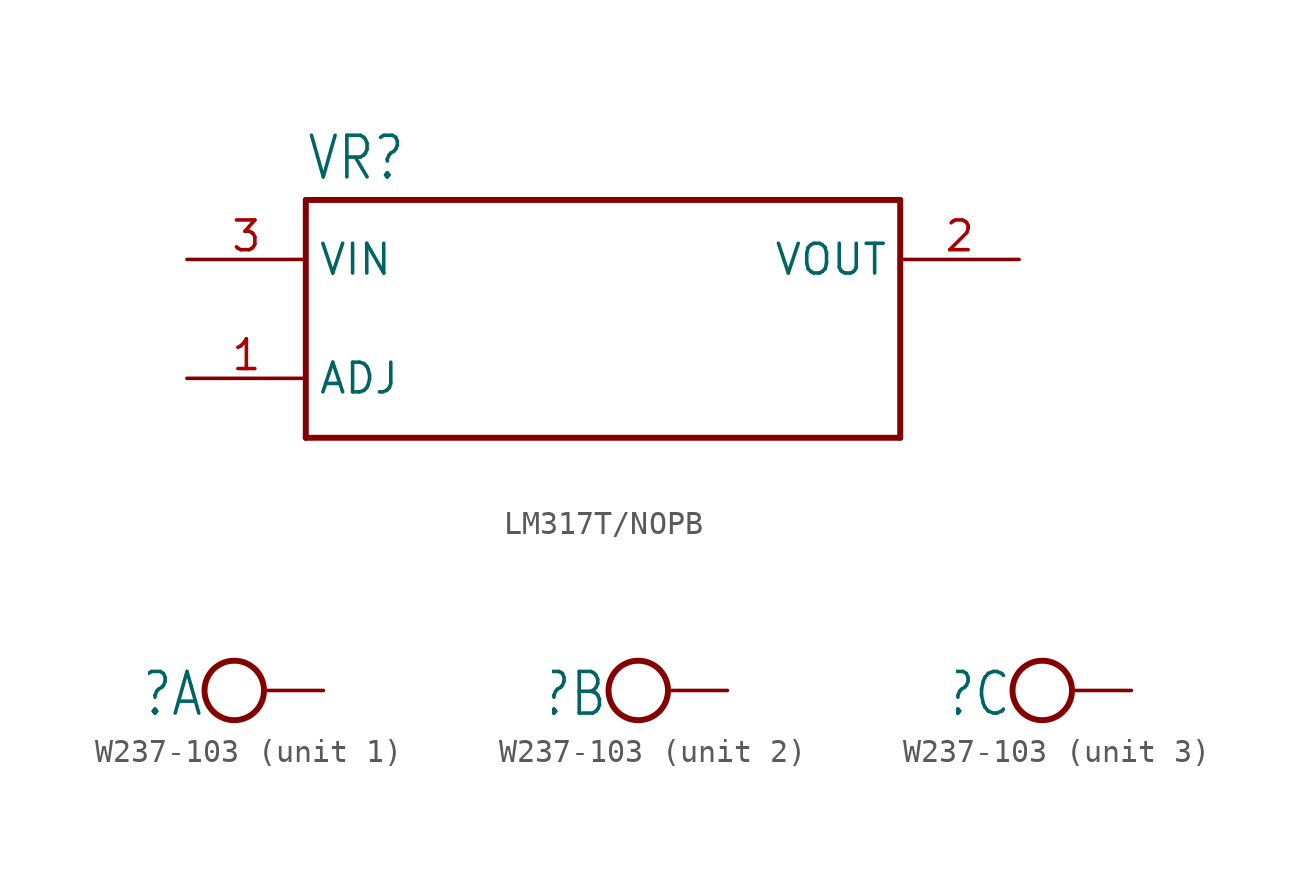
<source format=kicad_sym>
(kicad_symbol_lib
  (version 20231120)
  (generator "kicad_symbol_editor")
  (generator_version "8.0")
  (symbol "LM317T/NOPB"
    (property "Reference" "VR"
      (at -12.7 5.842 0)
      (effects (font (size 1.778 1.511)) (justify left bottom)))
    (property "Value" ""
      (at -12.7 -5.842 0)
      (effects (font (size 1.778 1.511)) (justify left top)))
    (property "ki_locked" ""
      (at 0 0 0)
      (effects (font (size 1.27 1.27))))
    (symbol "LM317T/NOPB_1_0"
      (polyline (pts (xy -12.7 -5.08) (xy 12.7 -5.08)) (stroke (width 0.254) (type solid)) (fill (type none)))
      (polyline (pts (xy -12.7 5.08) (xy -12.7 -5.08)) (stroke (width 0.254) (type solid)) (fill (type none)))
      (polyline (pts (xy 12.7 -5.08) (xy 12.7 5.08)) (stroke (width 0.254) (type solid)) (fill (type none)))
      (polyline (pts (xy 12.7 5.08) (xy -12.7 5.08)) (stroke (width 0.254) (type solid)) (fill (type none)))
      (pin passive line (at -17.78 -2.54 0) (length 5.08) (name "ADJ" (effects (font (size 1.27 1.27)))) (number "1" (effects (font (size 1.27 1.27)))))
      (pin output line (at 17.78 2.54 180) (length 5.08) (name "VOUT" (effects (font (size 1.27 1.27)))) (number "2" (effects (font (size 1.27 1.27)))))
      (pin input line (at -17.78 2.54 0) (length 5.08) (name "VIN" (effects (font (size 1.27 1.27)))) (number "3" (effects (font (size 1.27 1.27)))))))
  (symbol "W237-103"
    (property "Reference" "X"
      (at 0 0.889 0)
      (effects (font (size 1.778 1.511)) (justify right top)))
    (property "ki_locked" ""
      (at 0 0 0)
      (effects (font (size 1.27 1.27))))
    (symbol "W237-103_1_0"
      (circle (center 1.27 0) (radius 1.27) (stroke (width 0.254) (type solid)) (fill (type none)))
      (pin passive line (at 5.08 0 180) (length 2.54) (name "KL" (effects (font (size 0 0)))) (number "1" (effects (font (size 0 0))))))
    (symbol "W237-103_2_0"
      (circle (center 1.27 0) (radius 1.27) (stroke (width 0.254) (type solid)) (fill (type none)))
      (pin passive line (at 5.08 0 180) (length 2.54) (name "KL" (effects (font (size 0 0)))) (number "2" (effects (font (size 0 0))))))
    (symbol "W237-103_3_0"
      (circle (center 1.27 0) (radius 1.27) (stroke (width 0.254) (type solid)) (fill (type none)))
      (pin passive line (at 5.08 0 180) (length 2.54) (name "KL" (effects (font (size 0 0)))) (number "3" (effects (font (size 0 0))))))))
</source>
